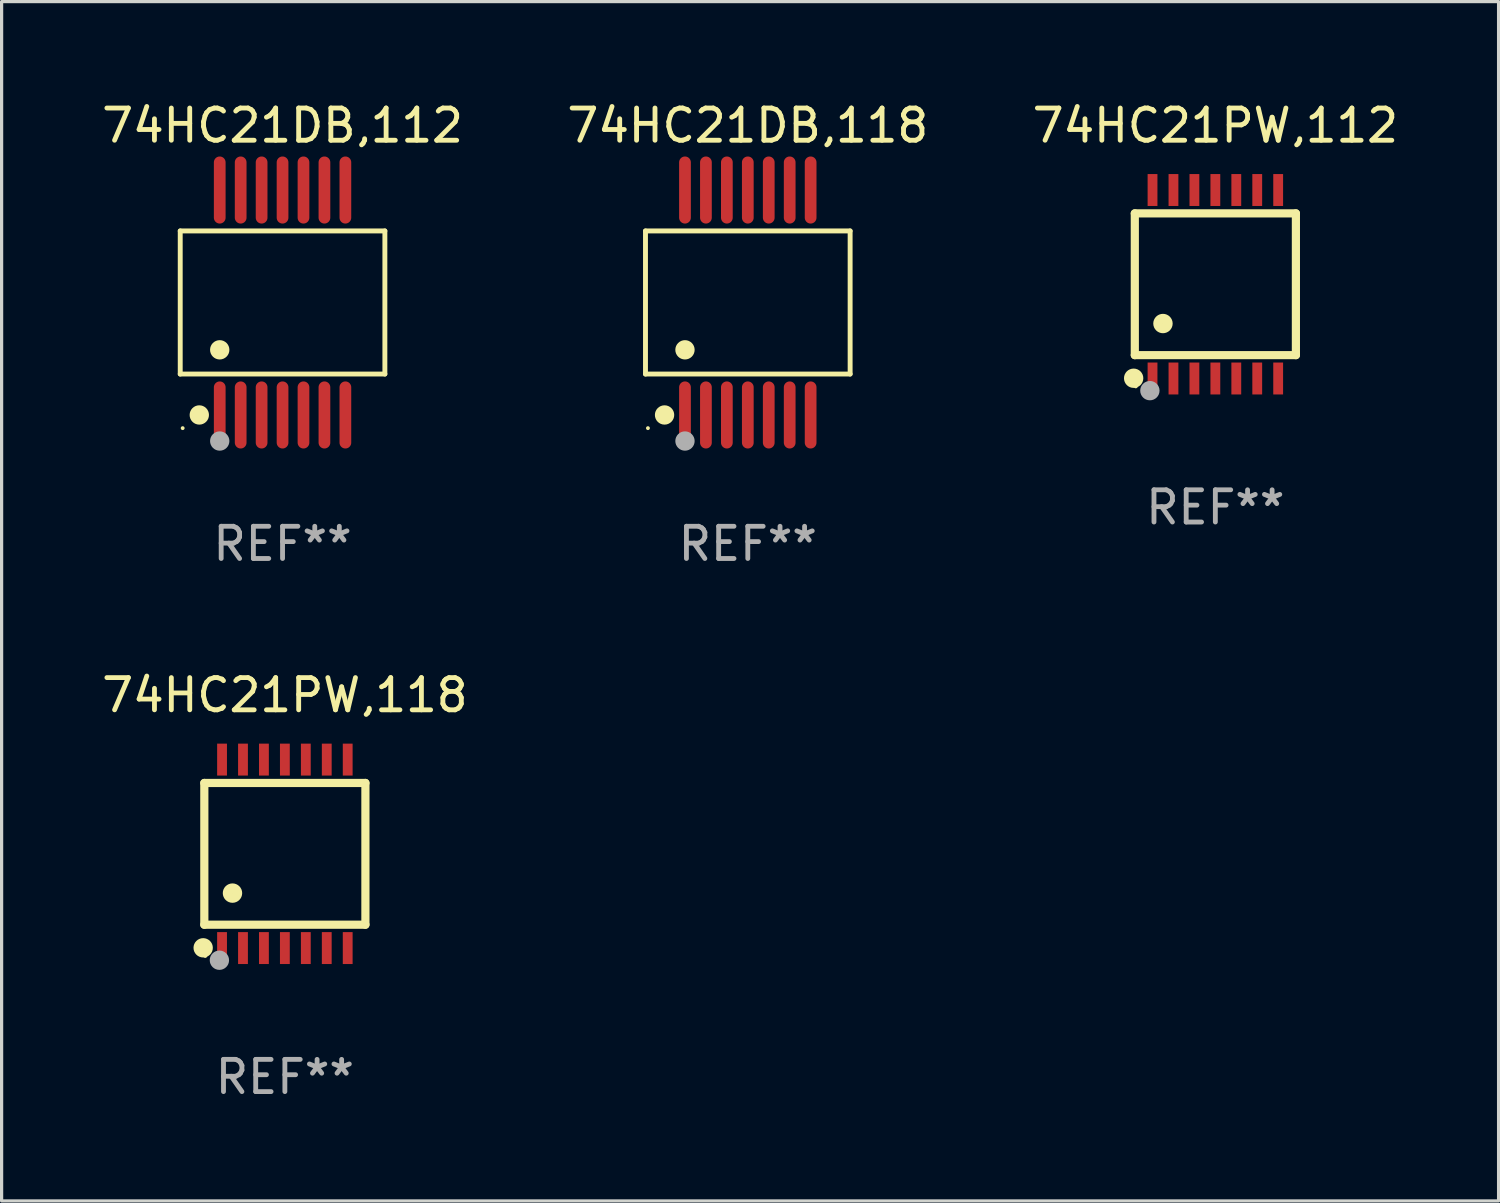
<source format=kicad_pcb>
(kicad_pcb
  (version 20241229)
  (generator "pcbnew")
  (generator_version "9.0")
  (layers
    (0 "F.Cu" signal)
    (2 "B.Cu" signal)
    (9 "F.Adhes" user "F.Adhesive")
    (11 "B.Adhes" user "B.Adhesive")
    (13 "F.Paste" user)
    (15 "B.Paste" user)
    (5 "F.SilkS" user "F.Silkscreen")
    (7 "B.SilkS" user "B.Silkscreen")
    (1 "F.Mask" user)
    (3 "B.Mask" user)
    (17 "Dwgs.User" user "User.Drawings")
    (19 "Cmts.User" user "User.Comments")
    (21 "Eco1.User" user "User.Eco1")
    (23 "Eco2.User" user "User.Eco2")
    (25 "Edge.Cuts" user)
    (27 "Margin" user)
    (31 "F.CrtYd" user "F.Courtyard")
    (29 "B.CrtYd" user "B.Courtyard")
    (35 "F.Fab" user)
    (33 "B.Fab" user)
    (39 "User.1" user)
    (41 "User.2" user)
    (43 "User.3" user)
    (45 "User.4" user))
  (footprint "74HC21PW,118"
    (layer "F.Cu")
    (at 5.792 23.452)
    (property "Reference" "74HC21PW,118" (at 0 -4.925 0) (layer "F.SilkS") (effects (font (size 1 1) (thickness 0.15))))
    (attr through_hole)
    (fp_line (start -2.5 2.2) (end -2.5 -2.2) (stroke (width 0.254) (type solid)) (layer "F.SilkS"))
    (fp_line (start -2.5 2.2) (end 2.5 2.2) (stroke (width 0.254) (type solid)) (layer "F.SilkS"))
    (fp_line (start 2.5 -2.2) (end -2.5 -2.2) (stroke (width 0.254) (type solid)) (layer "F.SilkS"))
    (fp_line (start 2.5 -2.2) (end 2.5 2.2) (stroke (width 0.254) (type solid)) (layer "F.SilkS"))
    (fp_circle (center -2.536 2.917) (end -2.386 2.917) (stroke (width 0.3) (type solid)) (fill no) (layer "F.SilkS"))
    (fp_circle (center -2.47 3.17) (end -2.44 3.17) (stroke (width 0.06) (type solid)) (fill no) (layer "F.SilkS"))
    (fp_circle (center -1.626 1.219) (end -1.475 1.219) (stroke (width 0.3) (type solid)) (fill no) (layer "F.SilkS"))
    (fp_circle (center -2.032 3.302) (end -1.882 3.302) (stroke (width 0.3) (type solid)) (fill no) (layer "F.Fab"))
    (fp_text user "REF**" (at 0 6.925 0) (layer "F.Fab") (effects (font (size 1 1) (thickness 0.15))))
    (pad "1" smd rect (at -1.95 2.925) (size 0.305 0.991) (layers "F.Cu" "F.Mask" "F.Paste"))
    (pad "2" smd rect (at -1.3 2.925) (size 0.305 0.991) (layers "F.Cu" "F.Mask" "F.Paste"))
    (pad "3" smd rect (at -0.65 2.925) (size 0.305 0.991) (layers "F.Cu" "F.Mask" "F.Paste"))
    (pad "4" smd rect (at 0 2.925) (size 0.305 0.991) (layers "F.Cu" "F.Mask" "F.Paste"))
    (pad "5" smd rect (at 0.65 2.925) (size 0.305 0.991) (layers "F.Cu" "F.Mask" "F.Paste"))
    (pad "6" smd rect (at 1.3 2.925) (size 0.305 0.991) (layers "F.Cu" "F.Mask" "F.Paste"))
    (pad "7" smd rect (at 1.95 2.925) (size 0.305 0.991) (layers "F.Cu" "F.Mask" "F.Paste"))
    (pad "8" smd rect (at 1.95 -2.925) (size 0.305 0.991) (layers "F.Cu" "F.Mask" "F.Paste"))
    (pad "9" smd rect (at 1.3 -2.925) (size 0.305 0.991) (layers "F.Cu" "F.Mask" "F.Paste"))
    (pad "10" smd rect (at 0.65 -2.925) (size 0.305 0.991) (layers "F.Cu" "F.Mask" "F.Paste"))
    (pad "11" smd rect (at 0 -2.925) (size 0.305 0.991) (layers "F.Cu" "F.Mask" "F.Paste"))
    (pad "12" smd rect (at -0.65 -2.925) (size 0.305 0.991) (layers "F.Cu" "F.Mask" "F.Paste"))
    (pad "13" smd rect (at -1.3 -2.925) (size 0.305 0.991) (layers "F.Cu" "F.Mask" "F.Paste"))
    (pad "14" smd rect (at -1.95 -2.925) (size 0.305 0.991) (layers "F.Cu" "F.Mask" "F.Paste")))
  (footprint "74HC21PW,112"
    (layer "F.Cu")
    (at 34.673 5.773)
    (property "Reference" "74HC21PW,112" (at 0 -4.925 0) (layer "F.SilkS") (effects (font (size 1 1) (thickness 0.15))))
    (attr through_hole)
    (fp_line (start -2.5 2.2) (end -2.5 -2.2) (stroke (width 0.254) (type solid)) (layer "F.SilkS"))
    (fp_line (start -2.5 2.2) (end 2.5 2.2) (stroke (width 0.254) (type solid)) (layer "F.SilkS"))
    (fp_line (start 2.5 -2.2) (end -2.5 -2.2) (stroke (width 0.254) (type solid)) (layer "F.SilkS"))
    (fp_line (start 2.5 -2.2) (end 2.5 2.2) (stroke (width 0.254) (type solid)) (layer "F.SilkS"))
    (fp_circle (center -2.536 2.917) (end -2.386 2.917) (stroke (width 0.3) (type solid)) (fill no) (layer "F.SilkS"))
    (fp_circle (center -2.47 3.17) (end -2.44 3.17) (stroke (width 0.06) (type solid)) (fill no) (layer "F.SilkS"))
    (fp_circle (center -1.626 1.219) (end -1.475 1.219) (stroke (width 0.3) (type solid)) (fill no) (layer "F.SilkS"))
    (fp_circle (center -2.032 3.302) (end -1.882 3.302) (stroke (width 0.3) (type solid)) (fill no) (layer "F.Fab"))
    (fp_text user "REF**" (at 0 6.925 0) (layer "F.Fab") (effects (font (size 1 1) (thickness 0.15))))
    (pad "1" smd rect (at -1.95 2.925) (size 0.305 0.991) (layers "F.Cu" "F.Mask" "F.Paste"))
    (pad "2" smd rect (at -1.3 2.925) (size 0.305 0.991) (layers "F.Cu" "F.Mask" "F.Paste"))
    (pad "3" smd rect (at -0.65 2.925) (size 0.305 0.991) (layers "F.Cu" "F.Mask" "F.Paste"))
    (pad "4" smd rect (at 0 2.925) (size 0.305 0.991) (layers "F.Cu" "F.Mask" "F.Paste"))
    (pad "5" smd rect (at 0.65 2.925) (size 0.305 0.991) (layers "F.Cu" "F.Mask" "F.Paste"))
    (pad "6" smd rect (at 1.3 2.925) (size 0.305 0.991) (layers "F.Cu" "F.Mask" "F.Paste"))
    (pad "7" smd rect (at 1.95 2.925) (size 0.305 0.991) (layers "F.Cu" "F.Mask" "F.Paste"))
    (pad "8" smd rect (at 1.95 -2.925) (size 0.305 0.991) (layers "F.Cu" "F.Mask" "F.Paste"))
    (pad "9" smd rect (at 1.3 -2.925) (size 0.305 0.991) (layers "F.Cu" "F.Mask" "F.Paste"))
    (pad "10" smd rect (at 0.65 -2.925) (size 0.305 0.991) (layers "F.Cu" "F.Mask" "F.Paste"))
    (pad "11" smd rect (at 0 -2.925) (size 0.305 0.991) (layers "F.Cu" "F.Mask" "F.Paste"))
    (pad "12" smd rect (at -0.65 -2.925) (size 0.305 0.991) (layers "F.Cu" "F.Mask" "F.Paste"))
    (pad "13" smd rect (at -1.3 -2.925) (size 0.305 0.991) (layers "F.Cu" "F.Mask" "F.Paste"))
    (pad "14" smd rect (at -1.95 -2.925) (size 0.305 0.991) (layers "F.Cu" "F.Mask" "F.Paste")))
  (footprint "74HC21DB,112"
    (layer "F.Cu")
    (at 5.72 6.339)
    (property "Reference" "74HC21DB,112" (at 0 -5.491 0) (layer "F.SilkS") (effects (font (size 1 1) (thickness 0.15))))
    (attr through_hole)
    (fp_line (start -3.176 -2.221) (end 3.176 -2.221) (stroke (width 0.152) (type solid)) (layer "F.SilkS"))
    (fp_line (start -3.176 2.221) (end -3.176 -2.221) (stroke (width 0.152) (type solid)) (layer "F.SilkS"))
    (fp_line (start 3.176 -2.221) (end 3.176 2.221) (stroke (width 0.152) (type solid)) (layer "F.SilkS"))
    (fp_line (start 3.176 2.221) (end -3.176 2.221) (stroke (width 0.152) (type solid)) (layer "F.SilkS"))
    (fp_circle (center -3.1 3.9) (end -3.07 3.9) (stroke (width 0.06) (type solid)) (fill no) (layer "F.SilkS"))
    (fp_circle (center -2.584 3.491) (end -2.434 3.491) (stroke (width 0.3) (type solid)) (fill no) (layer "F.SilkS"))
    (fp_circle (center -1.95 1.469) (end -1.8 1.469) (stroke (width 0.3) (type solid)) (fill no) (layer "F.SilkS"))
    (fp_circle (center -1.95 4.3) (end -1.8 4.3) (stroke (width 0.3) (type solid)) (fill no) (layer "F.Fab"))
    (fp_text user "REF**" (at 0 7.491 0) (layer "F.Fab") (effects (font (size 1 1) (thickness 0.15))))
    (pad "1" smd oval (at -1.95 3.491) (size 0.364 2.082) (layers "F.Cu" "F.Mask" "F.Paste"))
    (pad "2" smd oval (at -1.3 3.491) (size 0.364 2.082) (layers "F.Cu" "F.Mask" "F.Paste"))
    (pad "3" smd oval (at -0.65 3.491) (size 0.364 2.082) (layers "F.Cu" "F.Mask" "F.Paste"))
    (pad "4" smd oval (at 0 3.491) (size 0.364 2.082) (layers "F.Cu" "F.Mask" "F.Paste"))
    (pad "5" smd oval (at 0.65 3.491) (size 0.364 2.082) (layers "F.Cu" "F.Mask" "F.Paste"))
    (pad "6" smd oval (at 1.3 3.491) (size 0.364 2.082) (layers "F.Cu" "F.Mask" "F.Paste"))
    (pad "7" smd oval (at 1.95 3.491) (size 0.364 2.082) (layers "F.Cu" "F.Mask" "F.Paste"))
    (pad "8" smd oval (at 1.95 -3.491) (size 0.364 2.082) (layers "F.Cu" "F.Mask" "F.Paste"))
    (pad "9" smd oval (at 1.3 -3.491) (size 0.364 2.082) (layers "F.Cu" "F.Mask" "F.Paste"))
    (pad "10" smd oval (at 0.65 -3.491) (size 0.364 2.082) (layers "F.Cu" "F.Mask" "F.Paste"))
    (pad "11" smd oval (at 0 -3.491) (size 0.364 2.082) (layers "F.Cu" "F.Mask" "F.Paste"))
    (pad "12" smd oval (at -0.65 -3.491) (size 0.364 2.082) (layers "F.Cu" "F.Mask" "F.Paste"))
    (pad "13" smd oval (at -1.3 -3.491) (size 0.364 2.082) (layers "F.Cu" "F.Mask" "F.Paste"))
    (pad "14" smd oval (at -1.95 -3.491) (size 0.364 2.082) (layers "F.Cu" "F.Mask" "F.Paste")))
  (footprint "74HC21DB,118"
    (layer "F.Cu")
    (at 20.161 6.339)
    (property "Reference" "74HC21DB,118" (at 0 -5.491 0) (layer "F.SilkS") (effects (font (size 1 1) (thickness 0.15))))
    (attr through_hole)
    (fp_line (start -3.176 -2.221) (end 3.176 -2.221) (stroke (width 0.152) (type solid)) (layer "F.SilkS"))
    (fp_line (start -3.176 2.221) (end -3.176 -2.221) (stroke (width 0.152) (type solid)) (layer "F.SilkS"))
    (fp_line (start 3.176 -2.221) (end 3.176 2.221) (stroke (width 0.152) (type solid)) (layer "F.SilkS"))
    (fp_line (start 3.176 2.221) (end -3.176 2.221) (stroke (width 0.152) (type solid)) (layer "F.SilkS"))
    (fp_circle (center -3.1 3.9) (end -3.07 3.9) (stroke (width 0.06) (type solid)) (fill no) (layer "F.SilkS"))
    (fp_circle (center -2.584 3.491) (end -2.434 3.491) (stroke (width 0.3) (type solid)) (fill no) (layer "F.SilkS"))
    (fp_circle (center -1.95 1.469) (end -1.8 1.469) (stroke (width 0.3) (type solid)) (fill no) (layer "F.SilkS"))
    (fp_circle (center -1.95 4.3) (end -1.8 4.3) (stroke (width 0.3) (type solid)) (fill no) (layer "F.Fab"))
    (fp_text user "REF**" (at 0 7.491 0) (layer "F.Fab") (effects (font (size 1 1) (thickness 0.15))))
    (pad "1" smd oval (at -1.95 3.491) (size 0.364 2.082) (layers "F.Cu" "F.Mask" "F.Paste"))
    (pad "2" smd oval (at -1.3 3.491) (size 0.364 2.082) (layers "F.Cu" "F.Mask" "F.Paste"))
    (pad "3" smd oval (at -0.65 3.491) (size 0.364 2.082) (layers "F.Cu" "F.Mask" "F.Paste"))
    (pad "4" smd oval (at 0 3.491) (size 0.364 2.082) (layers "F.Cu" "F.Mask" "F.Paste"))
    (pad "5" smd oval (at 0.65 3.491) (size 0.364 2.082) (layers "F.Cu" "F.Mask" "F.Paste"))
    (pad "6" smd oval (at 1.3 3.491) (size 0.364 2.082) (layers "F.Cu" "F.Mask" "F.Paste"))
    (pad "7" smd oval (at 1.95 3.491) (size 0.364 2.082) (layers "F.Cu" "F.Mask" "F.Paste"))
    (pad "8" smd oval (at 1.95 -3.491) (size 0.364 2.082) (layers "F.Cu" "F.Mask" "F.Paste"))
    (pad "9" smd oval (at 1.3 -3.491) (size 0.364 2.082) (layers "F.Cu" "F.Mask" "F.Paste"))
    (pad "10" smd oval (at 0.65 -3.491) (size 0.364 2.082) (layers "F.Cu" "F.Mask" "F.Paste"))
    (pad "11" smd oval (at 0 -3.491) (size 0.364 2.082) (layers "F.Cu" "F.Mask" "F.Paste"))
    (pad "12" smd oval (at -0.65 -3.491) (size 0.364 2.082) (layers "F.Cu" "F.Mask" "F.Paste"))
    (pad "13" smd oval (at -1.3 -3.491) (size 0.364 2.082) (layers "F.Cu" "F.Mask" "F.Paste"))
    (pad "14" smd oval (at -1.95 -3.491) (size 0.364 2.082) (layers "F.Cu" "F.Mask" "F.Paste")))
  (gr_rect
    (start -3 -3)
    (end 43.464 34.225)
    (stroke (width 0.1) (type default))
    (fill no)
    (layer "Edge.Cuts")))
</source>
